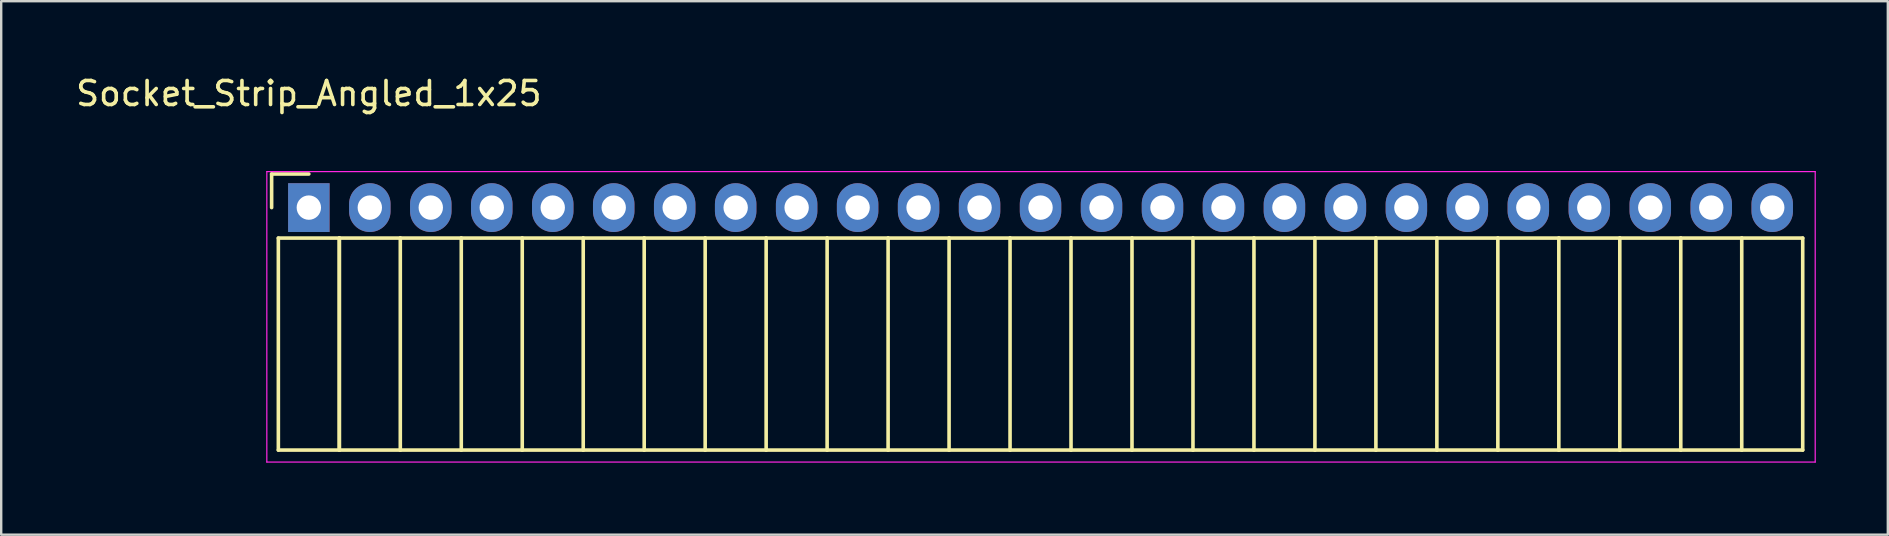
<source format=kicad_pcb>
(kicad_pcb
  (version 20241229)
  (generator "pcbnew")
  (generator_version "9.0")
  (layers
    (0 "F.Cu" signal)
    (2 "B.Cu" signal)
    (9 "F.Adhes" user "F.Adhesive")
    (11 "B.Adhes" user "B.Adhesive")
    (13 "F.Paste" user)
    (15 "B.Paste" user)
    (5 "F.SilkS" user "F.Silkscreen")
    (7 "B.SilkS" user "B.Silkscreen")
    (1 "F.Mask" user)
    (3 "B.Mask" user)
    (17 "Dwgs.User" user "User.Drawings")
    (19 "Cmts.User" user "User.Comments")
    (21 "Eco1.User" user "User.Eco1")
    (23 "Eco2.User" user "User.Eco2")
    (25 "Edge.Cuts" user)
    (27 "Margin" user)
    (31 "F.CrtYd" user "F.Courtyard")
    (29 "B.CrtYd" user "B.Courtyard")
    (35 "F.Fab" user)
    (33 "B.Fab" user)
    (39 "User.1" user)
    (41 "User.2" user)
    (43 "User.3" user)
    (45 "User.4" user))
  (footprint "Socket_Strip_Angled_1x25"
    (layer "F.Cu")
    (at 9.815 5.598)
    (property "Reference" "Socket_Strip_Angled_1x25" (at 0 -4.75 0) (layer "F.SilkS") (effects (font (size 1 1) (thickness 0.15))))
    (attr through_hole)
    (fp_line (start -1.55 -1.4) (end -1.55 0) (stroke (width 0.15) (type solid)) (layer "F.SilkS"))
    (fp_line (start -1.27 1.27) (end -1.27 10.1) (stroke (width 0.15) (type solid)) (layer "F.SilkS"))
    (fp_line (start -1.27 1.27) (end 1.27 1.27) (stroke (width 0.15) (type solid)) (layer "F.SilkS"))
    (fp_line (start -1.27 10.1) (end 1.27 10.1) (stroke (width 0.15) (type solid)) (layer "F.SilkS"))
    (fp_line (start 0 -1.4) (end -1.55 -1.4) (stroke (width 0.15) (type solid)) (layer "F.SilkS"))
    (fp_line (start 1.27 1.27) (end 1.27 10.1) (stroke (width 0.15) (type solid)) (layer "F.SilkS"))
    (fp_line (start 1.27 1.27) (end 3.81 1.27) (stroke (width 0.15) (type solid)) (layer "F.SilkS"))
    (fp_line (start 1.27 10.1) (end 1.27 1.27) (stroke (width 0.15) (type solid)) (layer "F.SilkS"))
    (fp_line (start 1.27 10.1) (end 3.81 10.1) (stroke (width 0.15) (type solid)) (layer "F.SilkS"))
    (fp_line (start 3.81 1.27) (end 6.35 1.27) (stroke (width 0.15) (type solid)) (layer "F.SilkS"))
    (fp_line (start 3.81 10.1) (end 3.81 1.27) (stroke (width 0.15) (type solid)) (layer "F.SilkS"))
    (fp_line (start 3.81 10.1) (end 6.35 10.1) (stroke (width 0.15) (type solid)) (layer "F.SilkS"))
    (fp_line (start 6.35 1.27) (end 8.89 1.27) (stroke (width 0.15) (type solid)) (layer "F.SilkS"))
    (fp_line (start 6.35 10.1) (end 6.35 1.27) (stroke (width 0.15) (type solid)) (layer "F.SilkS"))
    (fp_line (start 6.35 10.1) (end 8.89 10.1) (stroke (width 0.15) (type solid)) (layer "F.SilkS"))
    (fp_line (start 8.89 1.27) (end 11.43 1.27) (stroke (width 0.15) (type solid)) (layer "F.SilkS"))
    (fp_line (start 8.89 10.1) (end 8.89 1.27) (stroke (width 0.15) (type solid)) (layer "F.SilkS"))
    (fp_line (start 8.89 10.1) (end 11.43 10.1) (stroke (width 0.15) (type solid)) (layer "F.SilkS"))
    (fp_line (start 11.43 1.27) (end 13.97 1.27) (stroke (width 0.15) (type solid)) (layer "F.SilkS"))
    (fp_line (start 11.43 10.1) (end 11.43 1.27) (stroke (width 0.15) (type solid)) (layer "F.SilkS"))
    (fp_line (start 11.43 10.1) (end 13.97 10.1) (stroke (width 0.15) (type solid)) (layer "F.SilkS"))
    (fp_line (start 13.97 1.27) (end 16.51 1.27) (stroke (width 0.15) (type solid)) (layer "F.SilkS"))
    (fp_line (start 13.97 10.1) (end 13.97 1.27) (stroke (width 0.15) (type solid)) (layer "F.SilkS"))
    (fp_line (start 13.97 10.1) (end 16.51 10.1) (stroke (width 0.15) (type solid)) (layer "F.SilkS"))
    (fp_line (start 16.51 1.27) (end 19.05 1.27) (stroke (width 0.15) (type solid)) (layer "F.SilkS"))
    (fp_line (start 16.51 10.1) (end 16.51 1.27) (stroke (width 0.15) (type solid)) (layer "F.SilkS"))
    (fp_line (start 16.51 10.1) (end 19.05 10.1) (stroke (width 0.15) (type solid)) (layer "F.SilkS"))
    (fp_line (start 19.05 1.27) (end 21.59 1.27) (stroke (width 0.15) (type solid)) (layer "F.SilkS"))
    (fp_line (start 19.05 10.1) (end 19.05 1.27) (stroke (width 0.15) (type solid)) (layer "F.SilkS"))
    (fp_line (start 19.05 10.1) (end 21.59 10.1) (stroke (width 0.15) (type solid)) (layer "F.SilkS"))
    (fp_line (start 21.59 1.27) (end 24.13 1.27) (stroke (width 0.15) (type solid)) (layer "F.SilkS"))
    (fp_line (start 21.59 10.1) (end 21.59 1.27) (stroke (width 0.15) (type solid)) (layer "F.SilkS"))
    (fp_line (start 21.59 10.1) (end 24.13 10.1) (stroke (width 0.15) (type solid)) (layer "F.SilkS"))
    (fp_line (start 24.13 1.27) (end 26.67 1.27) (stroke (width 0.15) (type solid)) (layer "F.SilkS"))
    (fp_line (start 24.13 10.1) (end 24.13 1.27) (stroke (width 0.15) (type solid)) (layer "F.SilkS"))
    (fp_line (start 24.13 10.1) (end 26.67 10.1) (stroke (width 0.15) (type solid)) (layer "F.SilkS"))
    (fp_line (start 26.67 1.27) (end 29.21 1.27) (stroke (width 0.15) (type solid)) (layer "F.SilkS"))
    (fp_line (start 26.67 10.1) (end 26.67 1.27) (stroke (width 0.15) (type solid)) (layer "F.SilkS"))
    (fp_line (start 26.67 10.1) (end 29.21 10.1) (stroke (width 0.15) (type solid)) (layer "F.SilkS"))
    (fp_line (start 29.21 1.27) (end 31.75 1.27) (stroke (width 0.15) (type solid)) (layer "F.SilkS"))
    (fp_line (start 29.21 10.1) (end 29.21 1.27) (stroke (width 0.15) (type solid)) (layer "F.SilkS"))
    (fp_line (start 29.21 10.1) (end 31.75 10.1) (stroke (width 0.15) (type solid)) (layer "F.SilkS"))
    (fp_line (start 31.75 1.27) (end 34.29 1.27) (stroke (width 0.15) (type solid)) (layer "F.SilkS"))
    (fp_line (start 31.75 10.1) (end 31.75 1.27) (stroke (width 0.15) (type solid)) (layer "F.SilkS"))
    (fp_line (start 31.75 10.1) (end 34.29 10.1) (stroke (width 0.15) (type solid)) (layer "F.SilkS"))
    (fp_line (start 34.29 1.27) (end 36.83 1.27) (stroke (width 0.15) (type solid)) (layer "F.SilkS"))
    (fp_line (start 34.29 10.1) (end 34.29 1.27) (stroke (width 0.15) (type solid)) (layer "F.SilkS"))
    (fp_line (start 34.29 10.1) (end 36.83 10.1) (stroke (width 0.15) (type solid)) (layer "F.SilkS"))
    (fp_line (start 36.83 1.27) (end 39.37 1.27) (stroke (width 0.15) (type solid)) (layer "F.SilkS"))
    (fp_line (start 36.83 10.1) (end 36.83 1.27) (stroke (width 0.15) (type solid)) (layer "F.SilkS"))
    (fp_line (start 36.83 10.1) (end 39.37 10.1) (stroke (width 0.15) (type solid)) (layer "F.SilkS"))
    (fp_line (start 39.37 1.27) (end 41.91 1.27) (stroke (width 0.15) (type solid)) (layer "F.SilkS"))
    (fp_line (start 39.37 10.1) (end 39.37 1.27) (stroke (width 0.15) (type solid)) (layer "F.SilkS"))
    (fp_line (start 39.37 10.1) (end 41.91 10.1) (stroke (width 0.15) (type solid)) (layer "F.SilkS"))
    (fp_line (start 41.91 1.27) (end 44.45 1.27) (stroke (width 0.15) (type solid)) (layer "F.SilkS"))
    (fp_line (start 41.91 10.1) (end 41.91 1.27) (stroke (width 0.15) (type solid)) (layer "F.SilkS"))
    (fp_line (start 41.91 10.1) (end 44.45 10.1) (stroke (width 0.15) (type solid)) (layer "F.SilkS"))
    (fp_line (start 44.45 1.27) (end 46.99 1.27) (stroke (width 0.15) (type solid)) (layer "F.SilkS"))
    (fp_line (start 44.45 10.1) (end 44.45 1.27) (stroke (width 0.15) (type solid)) (layer "F.SilkS"))
    (fp_line (start 44.45 10.1) (end 46.99 10.1) (stroke (width 0.15) (type solid)) (layer "F.SilkS"))
    (fp_line (start 46.99 1.27) (end 49.53 1.27) (stroke (width 0.15) (type solid)) (layer "F.SilkS"))
    (fp_line (start 46.99 10.1) (end 46.99 1.27) (stroke (width 0.15) (type solid)) (layer "F.SilkS"))
    (fp_line (start 46.99 10.1) (end 49.53 10.1) (stroke (width 0.15) (type solid)) (layer "F.SilkS"))
    (fp_line (start 49.53 1.27) (end 52.07 1.27) (stroke (width 0.15) (type solid)) (layer "F.SilkS"))
    (fp_line (start 49.53 10.1) (end 49.53 1.27) (stroke (width 0.15) (type solid)) (layer "F.SilkS"))
    (fp_line (start 49.53 10.1) (end 52.07 10.1) (stroke (width 0.15) (type solid)) (layer "F.SilkS"))
    (fp_line (start 52.07 1.27) (end 54.61 1.27) (stroke (width 0.15) (type solid)) (layer "F.SilkS"))
    (fp_line (start 52.07 10.1) (end 52.07 1.27) (stroke (width 0.15) (type solid)) (layer "F.SilkS"))
    (fp_line (start 52.07 10.1) (end 54.61 10.1) (stroke (width 0.15) (type solid)) (layer "F.SilkS"))
    (fp_line (start 54.61 1.27) (end 57.15 1.27) (stroke (width 0.15) (type solid)) (layer "F.SilkS"))
    (fp_line (start 54.61 10.1) (end 54.61 1.27) (stroke (width 0.15) (type solid)) (layer "F.SilkS"))
    (fp_line (start 54.61 10.1) (end 57.15 10.1) (stroke (width 0.15) (type solid)) (layer "F.SilkS"))
    (fp_line (start 57.15 1.27) (end 59.69 1.27) (stroke (width 0.15) (type solid)) (layer "F.SilkS"))
    (fp_line (start 57.15 10.1) (end 57.15 1.27) (stroke (width 0.15) (type solid)) (layer "F.SilkS"))
    (fp_line (start 57.15 10.1) (end 59.69 10.1) (stroke (width 0.15) (type solid)) (layer "F.SilkS"))
    (fp_line (start 59.69 1.27) (end 62.23 1.27) (stroke (width 0.15) (type solid)) (layer "F.SilkS"))
    (fp_line (start 59.69 10.1) (end 59.69 1.27) (stroke (width 0.15) (type solid)) (layer "F.SilkS"))
    (fp_line (start 59.69 10.1) (end 62.23 10.1) (stroke (width 0.15) (type solid)) (layer "F.SilkS"))
    (fp_line (start 62.23 10.1) (end 62.23 1.27) (stroke (width 0.15) (type solid)) (layer "F.SilkS"))
    (fp_line (start -1.75 -1.5) (end -1.75 10.6) (stroke (width 0.05) (type solid)) (layer "F.CrtYd"))
    (fp_line (start -1.75 -1.5) (end 62.75 -1.5) (stroke (width 0.05) (type solid)) (layer "F.CrtYd"))
    (fp_line (start -1.75 10.6) (end 62.75 10.6) (stroke (width 0.05) (type solid)) (layer "F.CrtYd"))
    (fp_line (start 62.75 -1.5) (end 62.75 10.6) (stroke (width 0.05) (type solid)) (layer "F.CrtYd"))
    (pad "1" thru_hole rect (at 0 0) (size 1.727 2.032) (drill 1.016) (layers "*.Cu" "*.Mask"))
    (pad "2" thru_hole oval (at 2.54 0) (size 1.727 2.032) (drill 1.016) (layers "*.Cu" "*.Mask"))
    (pad "3" thru_hole oval (at 5.08 0) (size 1.727 2.032) (drill 1.016) (layers "*.Cu" "*.Mask"))
    (pad "4" thru_hole oval (at 7.62 0) (size 1.727 2.032) (drill 1.016) (layers "*.Cu" "*.Mask"))
    (pad "5" thru_hole oval (at 10.16 0) (size 1.727 2.032) (drill 1.016) (layers "*.Cu" "*.Mask"))
    (pad "6" thru_hole oval (at 12.7 0) (size 1.727 2.032) (drill 1.016) (layers "*.Cu" "*.Mask"))
    (pad "7" thru_hole oval (at 15.24 0) (size 1.727 2.032) (drill 1.016) (layers "*.Cu" "*.Mask"))
    (pad "8" thru_hole oval (at 17.78 0) (size 1.727 2.032) (drill 1.016) (layers "*.Cu" "*.Mask"))
    (pad "9" thru_hole oval (at 20.32 0) (size 1.727 2.032) (drill 1.016) (layers "*.Cu" "*.Mask"))
    (pad "10" thru_hole oval (at 22.86 0) (size 1.727 2.032) (drill 1.016) (layers "*.Cu" "*.Mask"))
    (pad "11" thru_hole oval (at 25.4 0) (size 1.727 2.032) (drill 1.016) (layers "*.Cu" "*.Mask"))
    (pad "12" thru_hole oval (at 27.94 0) (size 1.727 2.032) (drill 1.016) (layers "*.Cu" "*.Mask"))
    (pad "13" thru_hole oval (at 30.48 0) (size 1.727 2.032) (drill 1.016) (layers "*.Cu" "*.Mask"))
    (pad "14" thru_hole oval (at 33.02 0) (size 1.727 2.032) (drill 1.016) (layers "*.Cu" "*.Mask"))
    (pad "15" thru_hole oval (at 35.56 0) (size 1.727 2.032) (drill 1.016) (layers "*.Cu" "*.Mask"))
    (pad "16" thru_hole oval (at 38.1 0) (size 1.727 2.032) (drill 1.016) (layers "*.Cu" "*.Mask"))
    (pad "17" thru_hole oval (at 40.64 0) (size 1.727 2.032) (drill 1.016) (layers "*.Cu" "*.Mask"))
    (pad "18" thru_hole oval (at 43.18 0) (size 1.727 2.032) (drill 1.016) (layers "*.Cu" "*.Mask"))
    (pad "19" thru_hole oval (at 45.72 0) (size 1.727 2.032) (drill 1.016) (layers "*.Cu" "*.Mask"))
    (pad "20" thru_hole oval (at 48.26 0) (size 1.727 2.032) (drill 1.016) (layers "*.Cu" "*.Mask"))
    (pad "21" thru_hole oval (at 50.8 0) (size 1.727 2.032) (drill 1.016) (layers "*.Cu" "*.Mask"))
    (pad "22" thru_hole oval (at 53.34 0) (size 1.727 2.032) (drill 1.016) (layers "*.Cu" "*.Mask"))
    (pad "23" thru_hole oval (at 55.88 0) (size 1.727 2.032) (drill 1.016) (layers "*.Cu" "*.Mask"))
    (pad "24" thru_hole oval (at 58.42 0) (size 1.727 2.032) (drill 1.016) (layers "*.Cu" "*.Mask"))
    (pad "25" thru_hole oval (at 60.96 0) (size 1.727 2.032) (drill 1.016) (layers "*.Cu" "*.Mask")))
  (gr_rect
    (start -3 -3)
    (end 75.59 19.223)
    (stroke (width 0.1) (type default))
    (fill no)
    (layer "Edge.Cuts")))
</source>
